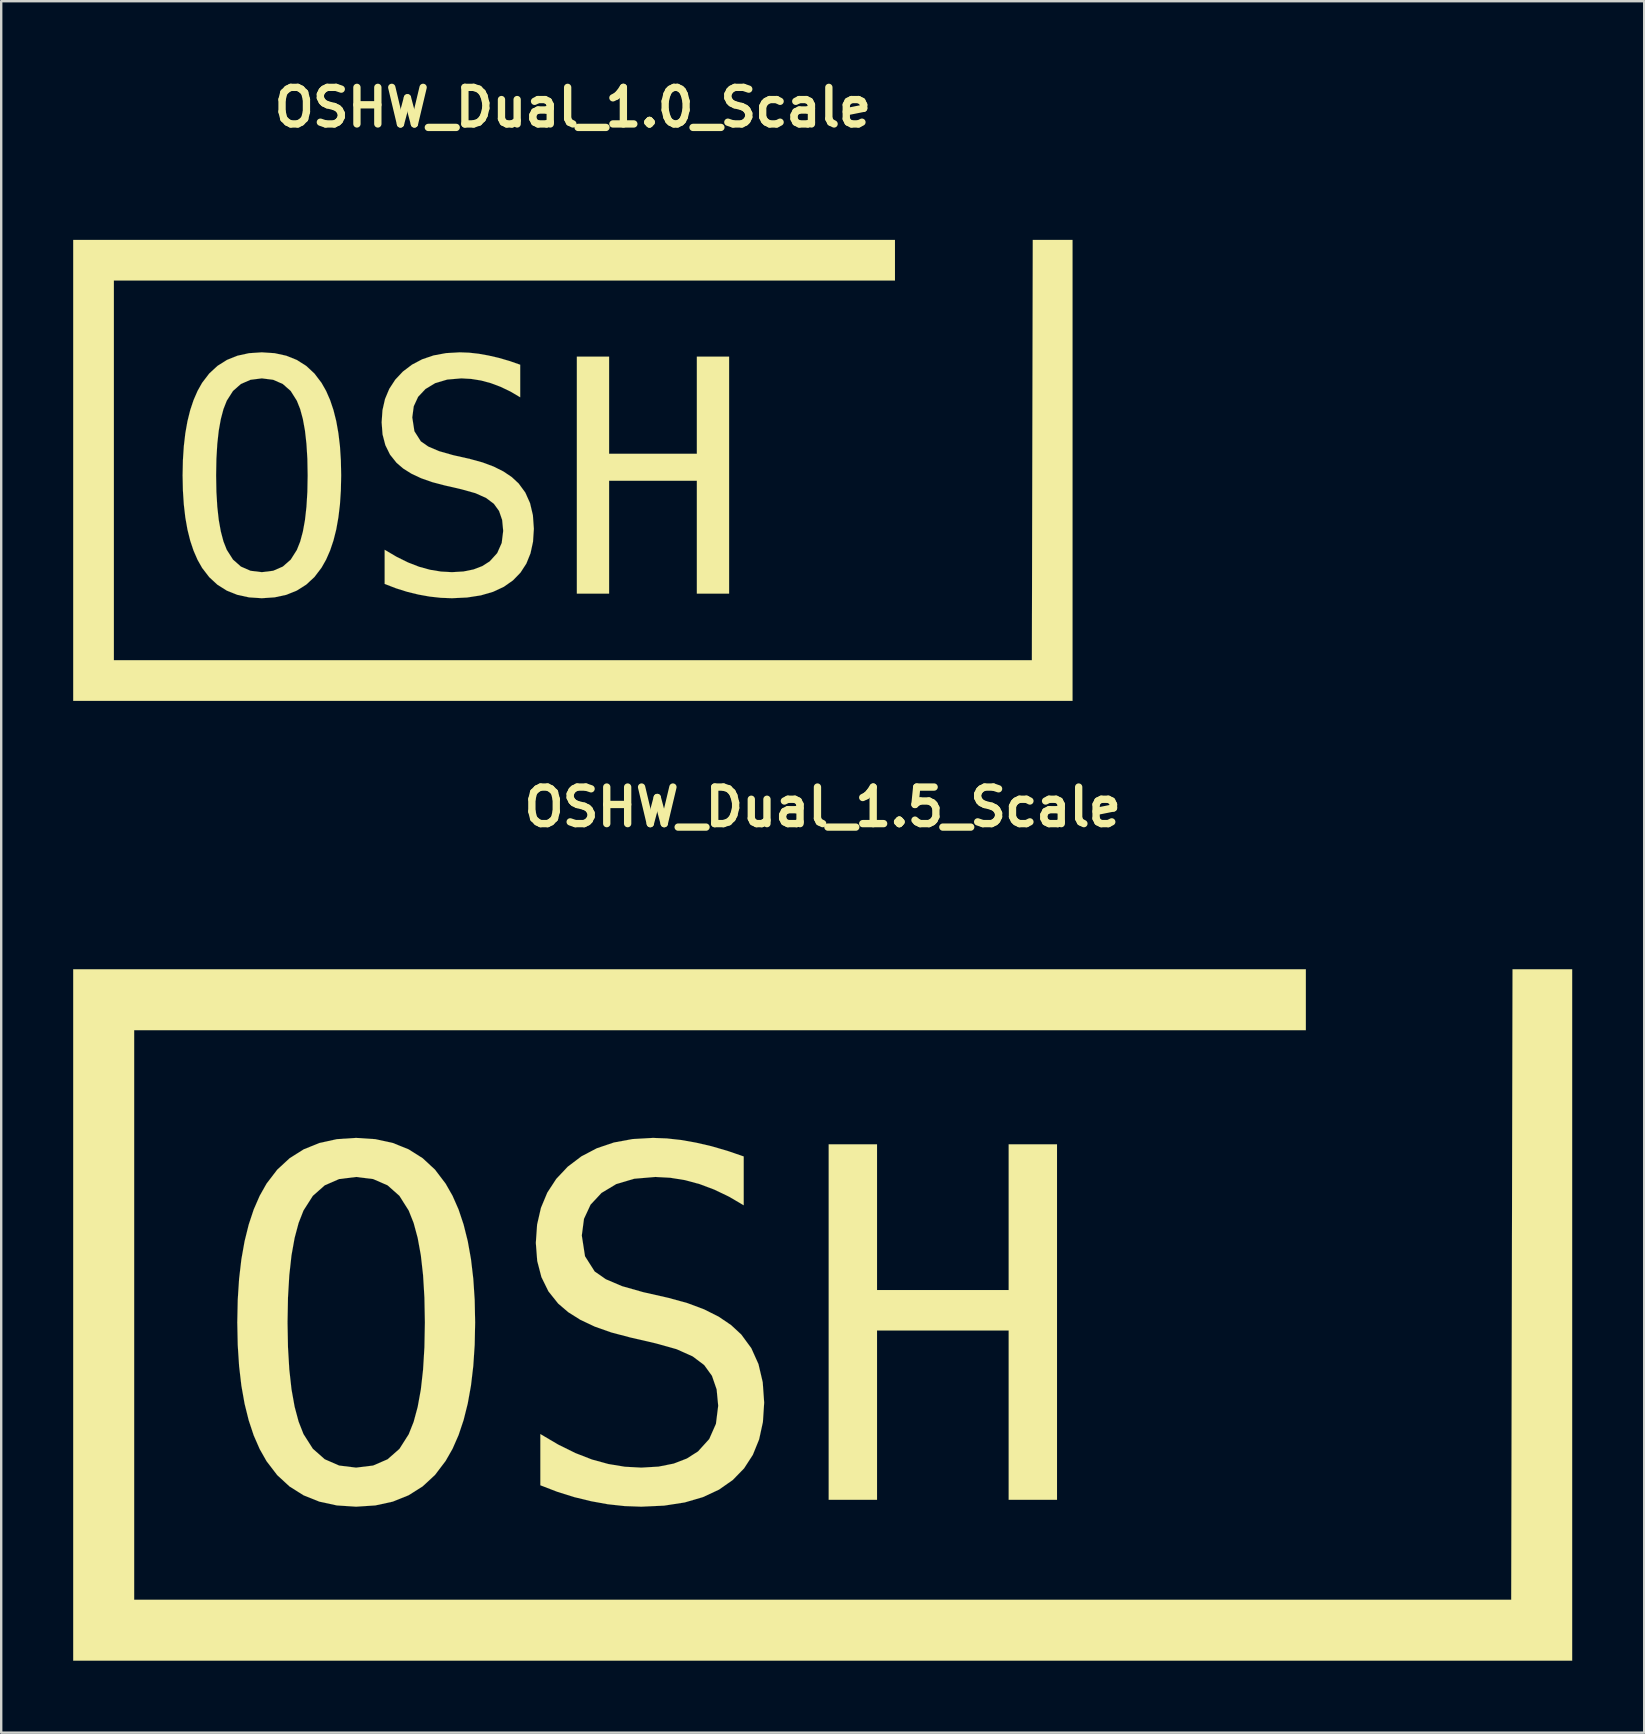
<source format=kicad_pcb>
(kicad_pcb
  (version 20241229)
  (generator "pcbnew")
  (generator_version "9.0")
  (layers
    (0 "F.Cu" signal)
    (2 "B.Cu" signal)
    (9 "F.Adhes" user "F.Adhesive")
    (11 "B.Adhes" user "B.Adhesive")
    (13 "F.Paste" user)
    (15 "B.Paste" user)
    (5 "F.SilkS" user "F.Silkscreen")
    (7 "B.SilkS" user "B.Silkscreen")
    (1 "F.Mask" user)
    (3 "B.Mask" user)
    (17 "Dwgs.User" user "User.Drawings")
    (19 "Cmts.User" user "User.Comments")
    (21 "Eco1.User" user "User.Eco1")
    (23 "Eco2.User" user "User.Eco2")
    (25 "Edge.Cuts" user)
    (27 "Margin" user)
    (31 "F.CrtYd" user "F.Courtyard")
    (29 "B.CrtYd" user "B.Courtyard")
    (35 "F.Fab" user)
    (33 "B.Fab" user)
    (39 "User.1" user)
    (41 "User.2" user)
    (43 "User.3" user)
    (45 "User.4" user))
  (footprint "OSHW_Dual_1.0_Scale"
    (layer "F.Cu")
    (at 20.824 15.316)
    (property "Reference" "OSHW_Dual_1.0_Scale" (at 0 -13.89 0) (layer "F.SilkS") (effects (font (size 1.524 1.524) (thickness 0.305))))
    (attr through_hole)
    (fp_poly (pts (xy 7.409 -3.504) (xy 8.713 -3.504) (xy 9.658 4.513) (xy 10.783 -0.792) (xy 12.179 -0.792) (xy 13.316 4.526) (xy 16.52 -10.842) (xy 17.823 -10.842) (xy 14.09 6.372) (xy 12.827 6.372) (xy 11.484 0.505) (xy 10.148 6.372) (xy 8.885 6.372) (xy 7.409 -3.504)) (stroke (width 0.003) (type solid)) (fill yes) (layer "F.Mask"))
    (fp_poly (pts (xy 0.166 -3.504) (xy 1.509 -3.504) (xy 1.509 0.544) (xy 5.167 0.544) (xy 5.167 -3.504) (xy 6.51 -3.504) (xy 6.51 6.372) (xy 5.167 6.372) (xy 5.167 1.669) (xy 1.509 1.669) (xy 1.509 6.372) (xy 0.166 6.372) (xy 0.166 -3.504)) (stroke (width 0.003) (type solid)) (fill yes) (layer "F.SilkS"))
    (fp_poly (pts (xy -20.823 -8.367) (xy -20.823 -7.521) (xy -20.823 9.995) (xy -20.823 10.842) (xy -19.976 10.842) (xy 19.976 10.842) (xy 20.823 10.842) (xy 20.823 9.995) (xy 20.823 -8.367) (xy 19.166 -8.367) (xy 19.129 9.148) (xy -19.129 9.148) (xy -19.129 -6.674) (xy 13.423 -6.674) (xy 13.423 -8.367) (xy -19.976 -8.367) (xy -20.823 -8.367)) (stroke (width 0.003) (type solid)) (fill yes) (layer "F.SilkS"))
    (fp_poly (pts (xy -2.195 -3.166) (xy -2.195 -1.81) (xy -2.601 -2.049) (xy -3.009 -2.245) (xy -3.419 -2.399) (xy -3.826 -2.509) (xy -4.236 -2.575) (xy -4.649 -2.598) (xy -5.235 -2.548) (xy -5.734 -2.401) (xy -6.144 -2.154) (xy -6.449 -1.829) (xy -6.632 -1.434) (xy -6.693 -0.97) (xy -6.604 -0.393) (xy -6.336 0.028) (xy -6.024 0.245) (xy -5.574 0.437) (xy -4.986 0.604) (xy -4.285 0.763) (xy -3.76 0.907) (xy -3.295 1.081) (xy -2.89 1.285) (xy -2.545 1.518) (xy -2.261 1.781) (xy -1.983 2.16) (xy -1.785 2.602) (xy -1.666 3.106) (xy -1.626 3.673) (xy -1.661 4.21) (xy -1.766 4.693) (xy -1.94 5.123) (xy -2.185 5.5) (xy -2.499 5.823) (xy -2.88 6.09) (xy -3.325 6.297) (xy -3.833 6.445) (xy -4.404 6.534) (xy -5.039 6.564) (xy -5.503 6.547) (xy -5.968 6.496) (xy -6.435 6.412) (xy -6.903 6.298) (xy -7.373 6.15) (xy -7.844 5.968) (xy -7.844 4.546) (xy -7.346 4.839) (xy -6.868 5.075) (xy -6.408 5.254) (xy -5.953 5.379) (xy -5.497 5.454) (xy -5.039 5.479) (xy -4.561 5.451) (xy -4.14 5.366) (xy -3.774 5.226) (xy -3.465 5.029) (xy -3.153 4.685) (xy -2.965 4.262) (xy -2.903 3.759) (xy -2.946 3.304) (xy -3.076 2.927) (xy -3.293 2.628) (xy -3.613 2.388) (xy -4.06 2.187) (xy -4.636 2.026) (xy -5.35 1.861) (xy -5.87 1.724) (xy -6.33 1.561) (xy -6.73 1.373) (xy -7.069 1.16) (xy -7.348 0.921) (xy -7.62 0.58) (xy -7.814 0.186) (xy -7.931 -0.263) (xy -7.969 -0.765) (xy -7.934 -1.273) (xy -7.828 -1.739) (xy -7.65 -2.162) (xy -7.402 -2.543) (xy -7.083 -2.882) (xy -6.703 -3.17) (xy -6.276 -3.394) (xy -5.802 -3.554) (xy -5.282 -3.65) (xy -4.715 -3.682) (xy -4.329 -3.668) (xy -3.93 -3.624) (xy -3.518 -3.55) (xy -3.092 -3.452) (xy -2.651 -3.324) (xy -2.195 -3.166)) (stroke (width 0.003) (type solid)) (fill yes) (layer "F.SilkS"))
    (fp_poly (pts (xy -11.052 1.444) (xy -9.656 1.444) (xy -9.669 2.068) (xy -9.707 2.652) (xy -9.772 3.195) (xy -9.861 3.696) (xy -9.977 4.157) (xy -10.118 4.577) (xy -10.284 4.956) (xy -10.476 5.294) (xy -10.771 5.682) (xy -11.114 5.999) (xy -11.505 6.246) (xy -11.943 6.423) (xy -12.43 6.528) (xy -12.963 6.564) (xy -13.497 6.529) (xy -13.984 6.423) (xy -14.422 6.248) (xy -14.813 6.002) (xy -15.155 5.686) (xy -15.451 5.3) (xy -15.641 4.964) (xy -15.806 4.585) (xy -15.946 4.166) (xy -16.061 3.705) (xy -16.15 3.202) (xy -16.213 2.657) (xy -16.251 2.071) (xy -16.264 1.444) (xy -16.251 0.818) (xy -16.213 0.233) (xy -16.15 -0.311) (xy -16.061 -0.813) (xy -15.946 -1.275) (xy -15.806 -1.695) (xy -15.641 -2.074) (xy -15.451 -2.412) (xy -15.154 -2.8) (xy -14.81 -3.118) (xy -14.419 -3.365) (xy -13.981 -3.541) (xy -13.496 -3.647) (xy -12.963 -3.682) (xy -12.43 -3.647) (xy -11.943 -3.541) (xy -11.505 -3.365) (xy -11.114 -3.118) (xy -10.771 -2.8) (xy -10.476 -2.412) (xy -10.284 -2.074) (xy -10.118 -1.695) (xy -9.977 -1.275) (xy -9.861 -0.813) (xy -9.772 -0.311) (xy -9.707 0.233) (xy -9.669 0.818) (xy -9.656 1.444) (xy -11.052 1.444) (xy -11.064 0.753) (xy -11.102 0.131) (xy -11.164 -0.421) (xy -11.252 -0.905) (xy -11.364 -1.319) (xy -11.502 -1.665) (xy -11.759 -2.073) (xy -12.089 -2.364) (xy -12.49 -2.539) (xy -12.963 -2.598) (xy -13.434 -2.539) (xy -13.835 -2.364) (xy -14.165 -2.073) (xy -14.425 -1.665) (xy -14.561 -1.319) (xy -14.671 -0.905) (xy -14.758 -0.421) (xy -14.819 0.131) (xy -14.856 0.753) (xy -14.868 1.444) (xy -14.856 2.133) (xy -14.819 2.753) (xy -14.758 3.304) (xy -14.671 3.787) (xy -14.561 4.201) (xy -14.425 4.546) (xy -14.165 4.954) (xy -13.835 5.246) (xy -13.434 5.421) (xy -12.963 5.479) (xy -12.49 5.421) (xy -12.089 5.247) (xy -11.759 4.958) (xy -11.502 4.553) (xy -11.364 4.207) (xy -11.252 3.793) (xy -11.164 3.309) (xy -11.102 2.757) (xy -11.064 2.135) (xy -11.052 1.444)) (stroke (width 0.003) (type solid)) (fill yes) (layer "F.SilkS")))
  (footprint "OSHW_Dual_1.5_Scale"
    (layer "F.Cu")
    (at 31.235 49.895)
    (property "Reference" "OSHW_Dual_1.5_Scale" (at 0 -19.31 0) (layer "F.SilkS") (effects (font (size 1.524 1.524) (thickness 0.305))))
    (attr through_hole)
    (fp_poly (pts (xy 11.114 -5.256) (xy 13.069 -5.256) (xy 14.488 6.77) (xy 16.174 -1.188) (xy 18.268 -1.188) (xy 19.974 6.79) (xy 24.78 -16.262) (xy 26.735 -16.262) (xy 21.135 9.558) (xy 19.24 9.558) (xy 17.226 0.757) (xy 15.222 9.558) (xy 13.327 9.558) (xy 11.114 -5.256)) (stroke (width 0.003) (type solid)) (fill yes) (layer "F.Mask"))
    (fp_poly (pts (xy 0.25 -5.256) (xy 2.264 -5.256) (xy 2.264 0.817) (xy 7.751 0.817) (xy 7.751 -5.256) (xy 9.765 -5.256) (xy 9.765 9.558) (xy 7.751 9.558) (xy 7.751 2.503) (xy 2.264 2.503) (xy 2.264 9.558) (xy 0.25 9.558) (xy 0.25 -5.256)) (stroke (width 0.003) (type solid)) (fill yes) (layer "F.SilkS"))
    (fp_poly (pts (xy -31.234 -12.551) (xy -31.234 -11.281) (xy -31.234 14.992) (xy -31.234 16.262) (xy -29.964 16.262) (xy 29.964 16.262) (xy 31.234 16.262) (xy 31.234 14.992) (xy 31.234 -12.551) (xy 28.749 -12.551) (xy 28.694 13.722) (xy -28.694 13.722) (xy -28.694 -10.011) (xy 20.135 -10.011) (xy 20.135 -12.551) (xy -29.964 -12.551) (xy -31.234 -12.551)) (stroke (width 0.003) (type solid)) (fill yes) (layer "F.SilkS"))
    (fp_poly (pts (xy -3.292 -4.75) (xy -3.292 -2.716) (xy -3.902 -3.074) (xy -4.514 -3.368) (xy -5.128 -3.599) (xy -5.739 -3.764) (xy -6.354 -3.863) (xy -6.973 -3.896) (xy -7.853 -3.822) (xy -8.601 -3.601) (xy -9.216 -3.232) (xy -9.673 -2.743) (xy -9.948 -2.151) (xy -10.039 -1.456) (xy -9.905 -0.59) (xy -9.503 0.043) (xy -9.036 0.368) (xy -8.361 0.656) (xy -7.479 0.906) (xy -6.428 1.144) (xy -5.64 1.361) (xy -4.942 1.622) (xy -4.335 1.927) (xy -3.818 2.277) (xy -3.392 2.672) (xy -2.975 3.24) (xy -2.677 3.902) (xy -2.499 4.659) (xy -2.439 5.51) (xy -2.491 6.315) (xy -2.649 7.04) (xy -2.911 7.685) (xy -3.277 8.25) (xy -3.749 8.734) (xy -4.32 9.134) (xy -4.987 9.445) (xy -5.749 9.668) (xy -6.606 9.801) (xy -7.559 9.845) (xy -8.254 9.82) (xy -8.952 9.744) (xy -9.652 9.617) (xy -10.355 9.446) (xy -11.059 9.225) (xy -11.766 8.953) (xy -11.766 6.819) (xy -11.019 7.259) (xy -10.302 7.613) (xy -9.613 7.881) (xy -8.93 8.068) (xy -8.246 8.181) (xy -7.559 8.218) (xy -6.842 8.176) (xy -6.209 8.05) (xy -5.661 7.839) (xy -5.197 7.544) (xy -4.729 7.028) (xy -4.448 6.393) (xy -4.354 5.639) (xy -4.419 4.956) (xy -4.614 4.391) (xy -4.939 3.942) (xy -5.419 3.581) (xy -6.09 3.281) (xy -6.954 3.039) (xy -8.025 2.791) (xy -8.805 2.585) (xy -9.495 2.342) (xy -10.094 2.06) (xy -10.603 1.74) (xy -11.022 1.382) (xy -11.43 0.871) (xy -11.721 0.278) (xy -11.896 -0.394) (xy -11.954 -1.148) (xy -11.901 -1.91) (xy -11.741 -2.608) (xy -11.476 -3.243) (xy -11.103 -3.815) (xy -10.625 -4.323) (xy -10.054 -4.755) (xy -9.413 -5.091) (xy -8.703 -5.331) (xy -7.923 -5.475) (xy -7.073 -5.523) (xy -6.494 -5.501) (xy -5.895 -5.435) (xy -5.277 -5.325) (xy -4.637 -5.177) (xy -3.976 -4.985) (xy -3.292 -4.75)) (stroke (width 0.003) (type solid)) (fill yes) (layer "F.SilkS"))
    (fp_poly (pts (xy -16.578 2.166) (xy -14.484 2.166) (xy -14.503 3.103) (xy -14.561 3.978) (xy -14.657 4.792) (xy -14.792 5.544) (xy -14.965 6.235) (xy -15.176 6.865) (xy -15.426 7.434) (xy -15.715 7.94) (xy -16.157 8.523) (xy -16.671 8.999) (xy -17.257 9.369) (xy -17.915 9.634) (xy -18.644 9.793) (xy -19.445 9.845) (xy -20.246 9.793) (xy -20.975 9.635) (xy -21.633 9.372) (xy -22.219 9.003) (xy -22.733 8.529) (xy -23.176 7.95) (xy -23.462 7.445) (xy -23.71 6.878) (xy -23.919 6.249) (xy -24.091 5.557) (xy -24.225 4.803) (xy -24.32 3.986) (xy -24.377 3.107) (xy -24.396 2.166) (xy -24.377 1.227) (xy -24.32 0.35) (xy -24.225 -0.466) (xy -24.091 -1.22) (xy -23.919 -1.912) (xy -23.71 -2.543) (xy -23.462 -3.111) (xy -23.176 -3.618) (xy -22.73 -4.201) (xy -22.214 -4.677) (xy -21.628 -5.047) (xy -20.971 -5.312) (xy -20.243 -5.471) (xy -19.445 -5.523) (xy -18.644 -5.471) (xy -17.915 -5.312) (xy -17.257 -5.047) (xy -16.671 -4.677) (xy -16.157 -4.201) (xy -15.715 -3.618) (xy -15.426 -3.111) (xy -15.176 -2.543) (xy -14.965 -1.912) (xy -14.792 -1.22) (xy -14.657 -0.466) (xy -14.561 0.35) (xy -14.503 1.227) (xy -14.484 2.166) (xy -16.578 2.166) (xy -16.597 1.13) (xy -16.653 0.197) (xy -16.746 -0.632) (xy -16.878 -1.357) (xy -17.046 -1.979) (xy -17.252 -2.497) (xy -17.639 -3.109) (xy -18.133 -3.547) (xy -18.735 -3.809) (xy -19.445 -3.896) (xy -20.152 -3.809) (xy -20.752 -3.547) (xy -21.248 -3.109) (xy -21.638 -2.497) (xy -21.841 -1.979) (xy -22.007 -1.357) (xy -22.137 -0.632) (xy -22.229 0.197) (xy -22.284 1.13) (xy -22.303 2.166) (xy -22.284 3.199) (xy -22.229 4.129) (xy -22.137 4.956) (xy -22.007 5.681) (xy -21.841 6.301) (xy -21.638 6.819) (xy -21.248 7.431) (xy -20.752 7.869) (xy -20.152 8.131) (xy -19.445 8.218) (xy -18.735 8.131) (xy -18.133 7.871) (xy -17.639 7.437) (xy -17.252 6.829) (xy -17.046 6.311) (xy -16.878 5.689) (xy -16.746 4.964) (xy -16.653 4.135) (xy -16.597 3.202) (xy -16.578 2.166)) (stroke (width 0.003) (type solid)) (fill yes) (layer "F.SilkS")))
  (gr_rect
    (start -3 -3)
    (end 65.471 69.159)
    (stroke (width 0.1) (type default))
    (fill no)
    (layer "Edge.Cuts")))
</source>
